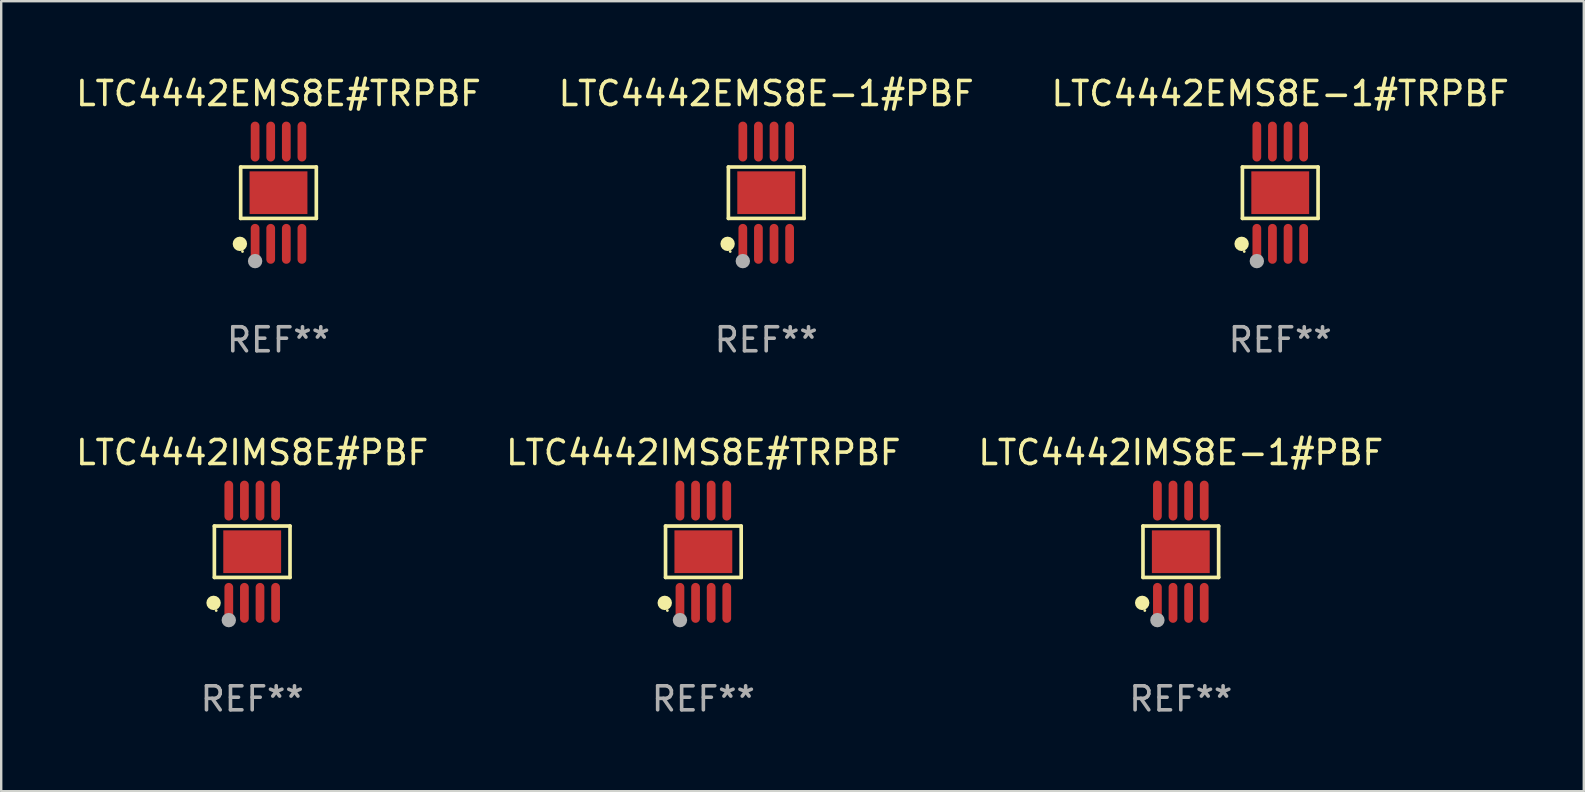
<source format=kicad_pcb>
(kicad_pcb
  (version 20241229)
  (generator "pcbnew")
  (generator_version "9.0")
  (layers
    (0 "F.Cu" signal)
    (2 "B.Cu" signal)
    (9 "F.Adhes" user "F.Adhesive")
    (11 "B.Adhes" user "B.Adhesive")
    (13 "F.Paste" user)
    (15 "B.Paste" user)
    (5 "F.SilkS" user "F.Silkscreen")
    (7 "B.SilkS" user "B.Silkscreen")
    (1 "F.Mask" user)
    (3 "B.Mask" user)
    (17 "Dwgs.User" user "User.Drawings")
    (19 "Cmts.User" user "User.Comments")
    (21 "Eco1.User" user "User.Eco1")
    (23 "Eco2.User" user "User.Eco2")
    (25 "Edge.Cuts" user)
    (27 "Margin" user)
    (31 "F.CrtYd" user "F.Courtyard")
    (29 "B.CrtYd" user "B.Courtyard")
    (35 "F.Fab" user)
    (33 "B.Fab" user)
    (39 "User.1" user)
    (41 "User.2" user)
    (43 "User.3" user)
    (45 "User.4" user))
  (footprint "LTC4442EMS8E-1#PBF"
    (layer "F.Cu")
    (at 28.875 4.979)
    (property "Reference" "LTC4442EMS8E-1#PBF" (at 0 -4.131 0) (layer "F.SilkS") (effects (font (size 1 1) (thickness 0.15))))
    (attr through_hole)
    (fp_line (start -1.576 -1.071) (end 1.576 -1.071) (stroke (width 0.152) (type solid)) (layer "F.SilkS"))
    (fp_line (start -1.576 1.071) (end -1.576 -1.071) (stroke (width 0.152) (type solid)) (layer "F.SilkS"))
    (fp_line (start 1.576 -1.071) (end 1.576 1.071) (stroke (width 0.152) (type solid)) (layer "F.SilkS"))
    (fp_line (start 1.576 1.071) (end -1.576 1.071) (stroke (width 0.152) (type solid)) (layer "F.SilkS"))
    (fp_circle (center -1.609 2.131) (end -1.459 2.131) (stroke (width 0.3) (type solid)) (fill no) (layer "F.SilkS"))
    (fp_circle (center -1.5 2.45) (end -1.47 2.45) (stroke (width 0.06) (type solid)) (fill no) (layer "F.SilkS"))
    (fp_circle (center -0.975 2.85) (end -0.825 2.85) (stroke (width 0.3) (type solid)) (fill no) (layer "F.Fab"))
    (fp_text user "REF**" (at 0 6.131 0) (layer "F.Fab") (effects (font (size 1 1) (thickness 0.15))))
    (pad "1" smd oval (at -0.975 2.131) (size 0.364 1.662) (layers "F.Cu" "F.Mask" "F.Paste"))
    (pad "2" smd oval (at -0.325 2.131) (size 0.364 1.662) (layers "F.Cu" "F.Mask" "F.Paste"))
    (pad "3" smd oval (at 0.325 2.131) (size 0.364 1.662) (layers "F.Cu" "F.Mask" "F.Paste"))
    (pad "4" smd oval (at 0.975 2.131) (size 0.364 1.662) (layers "F.Cu" "F.Mask" "F.Paste"))
    (pad "5" smd oval (at 0.975 -2.131) (size 0.364 1.662) (layers "F.Cu" "F.Mask" "F.Paste"))
    (pad "6" smd oval (at 0.325 -2.131) (size 0.364 1.662) (layers "F.Cu" "F.Mask" "F.Paste"))
    (pad "7" smd oval (at -0.325 -2.131) (size 0.364 1.662) (layers "F.Cu" "F.Mask" "F.Paste"))
    (pad "8" smd oval (at -0.975 -2.131) (size 0.364 1.662) (layers "F.Cu" "F.Mask" "F.Paste"))
    (pad "9" smd rect (at 0 0) (size 2.41 1.78) (layers "F.Cu" "F.Mask" "F.Paste")))
  (footprint "LTC4442EMS8E#TRPBF"
    (layer "F.Cu")
    (at 8.554 4.979)
    (property "Reference" "LTC4442EMS8E#TRPBF" (at 0 -4.131 0) (layer "F.SilkS") (effects (font (size 1 1) (thickness 0.15))))
    (attr through_hole)
    (fp_line (start -1.576 -1.071) (end 1.576 -1.071) (stroke (width 0.152) (type solid)) (layer "F.SilkS"))
    (fp_line (start -1.576 1.071) (end -1.576 -1.071) (stroke (width 0.152) (type solid)) (layer "F.SilkS"))
    (fp_line (start 1.576 -1.071) (end 1.576 1.071) (stroke (width 0.152) (type solid)) (layer "F.SilkS"))
    (fp_line (start 1.576 1.071) (end -1.576 1.071) (stroke (width 0.152) (type solid)) (layer "F.SilkS"))
    (fp_circle (center -1.609 2.131) (end -1.459 2.131) (stroke (width 0.3) (type solid)) (fill no) (layer "F.SilkS"))
    (fp_circle (center -1.5 2.45) (end -1.47 2.45) (stroke (width 0.06) (type solid)) (fill no) (layer "F.SilkS"))
    (fp_circle (center -0.975 2.85) (end -0.825 2.85) (stroke (width 0.3) (type solid)) (fill no) (layer "F.Fab"))
    (fp_text user "REF**" (at 0 6.131 0) (layer "F.Fab") (effects (font (size 1 1) (thickness 0.15))))
    (pad "1" smd oval (at -0.975 2.131) (size 0.364 1.662) (layers "F.Cu" "F.Mask" "F.Paste"))
    (pad "2" smd oval (at -0.325 2.131) (size 0.364 1.662) (layers "F.Cu" "F.Mask" "F.Paste"))
    (pad "3" smd oval (at 0.325 2.131) (size 0.364 1.662) (layers "F.Cu" "F.Mask" "F.Paste"))
    (pad "4" smd oval (at 0.975 2.131) (size 0.364 1.662) (layers "F.Cu" "F.Mask" "F.Paste"))
    (pad "5" smd oval (at 0.975 -2.131) (size 0.364 1.662) (layers "F.Cu" "F.Mask" "F.Paste"))
    (pad "6" smd oval (at 0.325 -2.131) (size 0.364 1.662) (layers "F.Cu" "F.Mask" "F.Paste"))
    (pad "7" smd oval (at -0.325 -2.131) (size 0.364 1.662) (layers "F.Cu" "F.Mask" "F.Paste"))
    (pad "8" smd oval (at -0.975 -2.131) (size 0.364 1.662) (layers "F.Cu" "F.Mask" "F.Paste"))
    (pad "9" smd rect (at 0 0) (size 2.41 1.78) (layers "F.Cu" "F.Mask" "F.Paste")))
  (footprint "LTC4442IMS8E-1#PBF"
    (layer "F.Cu")
    (at 46.149 19.938)
    (property "Reference" "LTC4442IMS8E-1#PBF" (at 0 -4.131 0) (layer "F.SilkS") (effects (font (size 1 1) (thickness 0.15))))
    (attr through_hole)
    (fp_line (start -1.576 -1.071) (end 1.576 -1.071) (stroke (width 0.152) (type solid)) (layer "F.SilkS"))
    (fp_line (start -1.576 1.071) (end -1.576 -1.071) (stroke (width 0.152) (type solid)) (layer "F.SilkS"))
    (fp_line (start 1.576 -1.071) (end 1.576 1.071) (stroke (width 0.152) (type solid)) (layer "F.SilkS"))
    (fp_line (start 1.576 1.071) (end -1.576 1.071) (stroke (width 0.152) (type solid)) (layer "F.SilkS"))
    (fp_circle (center -1.609 2.131) (end -1.459 2.131) (stroke (width 0.3) (type solid)) (fill no) (layer "F.SilkS"))
    (fp_circle (center -1.5 2.45) (end -1.47 2.45) (stroke (width 0.06) (type solid)) (fill no) (layer "F.SilkS"))
    (fp_circle (center -0.975 2.85) (end -0.825 2.85) (stroke (width 0.3) (type solid)) (fill no) (layer "F.Fab"))
    (fp_text user "REF**" (at 0 6.131 0) (layer "F.Fab") (effects (font (size 1 1) (thickness 0.15))))
    (pad "1" smd oval (at -0.975 2.131) (size 0.364 1.662) (layers "F.Cu" "F.Mask" "F.Paste"))
    (pad "2" smd oval (at -0.325 2.131) (size 0.364 1.662) (layers "F.Cu" "F.Mask" "F.Paste"))
    (pad "3" smd oval (at 0.325 2.131) (size 0.364 1.662) (layers "F.Cu" "F.Mask" "F.Paste"))
    (pad "4" smd oval (at 0.975 2.131) (size 0.364 1.662) (layers "F.Cu" "F.Mask" "F.Paste"))
    (pad "5" smd oval (at 0.975 -2.131) (size 0.364 1.662) (layers "F.Cu" "F.Mask" "F.Paste"))
    (pad "6" smd oval (at 0.325 -2.131) (size 0.364 1.662) (layers "F.Cu" "F.Mask" "F.Paste"))
    (pad "7" smd oval (at -0.325 -2.131) (size 0.364 1.662) (layers "F.Cu" "F.Mask" "F.Paste"))
    (pad "8" smd oval (at -0.975 -2.131) (size 0.364 1.662) (layers "F.Cu" "F.Mask" "F.Paste"))
    (pad "9" smd rect (at 0 0) (size 2.41 1.78) (layers "F.Cu" "F.Mask" "F.Paste")))
  (footprint "LTC4442EMS8E-1#TRPBF"
    (layer "F.Cu")
    (at 50.292 4.979)
    (property "Reference" "LTC4442EMS8E-1#TRPBF" (at 0 -4.131 0) (layer "F.SilkS") (effects (font (size 1 1) (thickness 0.15))))
    (attr through_hole)
    (fp_line (start -1.576 -1.071) (end 1.576 -1.071) (stroke (width 0.152) (type solid)) (layer "F.SilkS"))
    (fp_line (start -1.576 1.071) (end -1.576 -1.071) (stroke (width 0.152) (type solid)) (layer "F.SilkS"))
    (fp_line (start 1.576 -1.071) (end 1.576 1.071) (stroke (width 0.152) (type solid)) (layer "F.SilkS"))
    (fp_line (start 1.576 1.071) (end -1.576 1.071) (stroke (width 0.152) (type solid)) (layer "F.SilkS"))
    (fp_circle (center -1.609 2.131) (end -1.459 2.131) (stroke (width 0.3) (type solid)) (fill no) (layer "F.SilkS"))
    (fp_circle (center -1.5 2.45) (end -1.47 2.45) (stroke (width 0.06) (type solid)) (fill no) (layer "F.SilkS"))
    (fp_circle (center -0.975 2.85) (end -0.825 2.85) (stroke (width 0.3) (type solid)) (fill no) (layer "F.Fab"))
    (fp_text user "REF**" (at 0 6.131 0) (layer "F.Fab") (effects (font (size 1 1) (thickness 0.15))))
    (pad "1" smd oval (at -0.975 2.131) (size 0.364 1.662) (layers "F.Cu" "F.Mask" "F.Paste"))
    (pad "2" smd oval (at -0.325 2.131) (size 0.364 1.662) (layers "F.Cu" "F.Mask" "F.Paste"))
    (pad "3" smd oval (at 0.325 2.131) (size 0.364 1.662) (layers "F.Cu" "F.Mask" "F.Paste"))
    (pad "4" smd oval (at 0.975 2.131) (size 0.364 1.662) (layers "F.Cu" "F.Mask" "F.Paste"))
    (pad "5" smd oval (at 0.975 -2.131) (size 0.364 1.662) (layers "F.Cu" "F.Mask" "F.Paste"))
    (pad "6" smd oval (at 0.325 -2.131) (size 0.364 1.662) (layers "F.Cu" "F.Mask" "F.Paste"))
    (pad "7" smd oval (at -0.325 -2.131) (size 0.364 1.662) (layers "F.Cu" "F.Mask" "F.Paste"))
    (pad "8" smd oval (at -0.975 -2.131) (size 0.364 1.662) (layers "F.Cu" "F.Mask" "F.Paste"))
    (pad "9" smd rect (at 0 0) (size 2.41 1.78) (layers "F.Cu" "F.Mask" "F.Paste")))
  (footprint "LTC4442IMS8E#PBF"
    (layer "F.Cu")
    (at 7.458 19.938)
    (property "Reference" "LTC4442IMS8E#PBF" (at 0 -4.131 0) (layer "F.SilkS") (effects (font (size 1 1) (thickness 0.15))))
    (attr through_hole)
    (fp_line (start -1.576 -1.071) (end 1.576 -1.071) (stroke (width 0.152) (type solid)) (layer "F.SilkS"))
    (fp_line (start -1.576 1.071) (end -1.576 -1.071) (stroke (width 0.152) (type solid)) (layer "F.SilkS"))
    (fp_line (start 1.576 -1.071) (end 1.576 1.071) (stroke (width 0.152) (type solid)) (layer "F.SilkS"))
    (fp_line (start 1.576 1.071) (end -1.576 1.071) (stroke (width 0.152) (type solid)) (layer "F.SilkS"))
    (fp_circle (center -1.609 2.131) (end -1.459 2.131) (stroke (width 0.3) (type solid)) (fill no) (layer "F.SilkS"))
    (fp_circle (center -1.5 2.45) (end -1.47 2.45) (stroke (width 0.06) (type solid)) (fill no) (layer "F.SilkS"))
    (fp_circle (center -0.975 2.85) (end -0.825 2.85) (stroke (width 0.3) (type solid)) (fill no) (layer "F.Fab"))
    (fp_text user "REF**" (at 0 6.131 0) (layer "F.Fab") (effects (font (size 1 1) (thickness 0.15))))
    (pad "1" smd oval (at -0.975 2.131) (size 0.364 1.662) (layers "F.Cu" "F.Mask" "F.Paste"))
    (pad "2" smd oval (at -0.325 2.131) (size 0.364 1.662) (layers "F.Cu" "F.Mask" "F.Paste"))
    (pad "3" smd oval (at 0.325 2.131) (size 0.364 1.662) (layers "F.Cu" "F.Mask" "F.Paste"))
    (pad "4" smd oval (at 0.975 2.131) (size 0.364 1.662) (layers "F.Cu" "F.Mask" "F.Paste"))
    (pad "5" smd oval (at 0.975 -2.131) (size 0.364 1.662) (layers "F.Cu" "F.Mask" "F.Paste"))
    (pad "6" smd oval (at 0.325 -2.131) (size 0.364 1.662) (layers "F.Cu" "F.Mask" "F.Paste"))
    (pad "7" smd oval (at -0.325 -2.131) (size 0.364 1.662) (layers "F.Cu" "F.Mask" "F.Paste"))
    (pad "8" smd oval (at -0.975 -2.131) (size 0.364 1.662) (layers "F.Cu" "F.Mask" "F.Paste"))
    (pad "9" smd rect (at 0 0) (size 2.41 1.78) (layers "F.Cu" "F.Mask" "F.Paste")))
  (footprint "LTC4442IMS8E#TRPBF"
    (layer "F.Cu")
    (at 26.256 19.938)
    (property "Reference" "LTC4442IMS8E#TRPBF" (at 0 -4.131 0) (layer "F.SilkS") (effects (font (size 1 1) (thickness 0.15))))
    (attr through_hole)
    (fp_line (start -1.576 -1.071) (end 1.576 -1.071) (stroke (width 0.152) (type solid)) (layer "F.SilkS"))
    (fp_line (start -1.576 1.071) (end -1.576 -1.071) (stroke (width 0.152) (type solid)) (layer "F.SilkS"))
    (fp_line (start 1.576 -1.071) (end 1.576 1.071) (stroke (width 0.152) (type solid)) (layer "F.SilkS"))
    (fp_line (start 1.576 1.071) (end -1.576 1.071) (stroke (width 0.152) (type solid)) (layer "F.SilkS"))
    (fp_circle (center -1.609 2.131) (end -1.459 2.131) (stroke (width 0.3) (type solid)) (fill no) (layer "F.SilkS"))
    (fp_circle (center -1.5 2.45) (end -1.47 2.45) (stroke (width 0.06) (type solid)) (fill no) (layer "F.SilkS"))
    (fp_circle (center -0.975 2.85) (end -0.825 2.85) (stroke (width 0.3) (type solid)) (fill no) (layer "F.Fab"))
    (fp_text user "REF**" (at 0 6.131 0) (layer "F.Fab") (effects (font (size 1 1) (thickness 0.15))))
    (pad "1" smd oval (at -0.975 2.131) (size 0.364 1.662) (layers "F.Cu" "F.Mask" "F.Paste"))
    (pad "2" smd oval (at -0.325 2.131) (size 0.364 1.662) (layers "F.Cu" "F.Mask" "F.Paste"))
    (pad "3" smd oval (at 0.325 2.131) (size 0.364 1.662) (layers "F.Cu" "F.Mask" "F.Paste"))
    (pad "4" smd oval (at 0.975 2.131) (size 0.364 1.662) (layers "F.Cu" "F.Mask" "F.Paste"))
    (pad "5" smd oval (at 0.975 -2.131) (size 0.364 1.662) (layers "F.Cu" "F.Mask" "F.Paste"))
    (pad "6" smd oval (at 0.325 -2.131) (size 0.364 1.662) (layers "F.Cu" "F.Mask" "F.Paste"))
    (pad "7" smd oval (at -0.325 -2.131) (size 0.364 1.662) (layers "F.Cu" "F.Mask" "F.Paste"))
    (pad "8" smd oval (at -0.975 -2.131) (size 0.364 1.662) (layers "F.Cu" "F.Mask" "F.Paste"))
    (pad "9" smd rect (at 0 0) (size 2.41 1.78) (layers "F.Cu" "F.Mask" "F.Paste")))
  (gr_rect
    (start -3 -3)
    (end 62.94 29.917)
    (stroke (width 0.1) (type default))
    (fill no)
    (layer "Edge.Cuts")))
</source>
